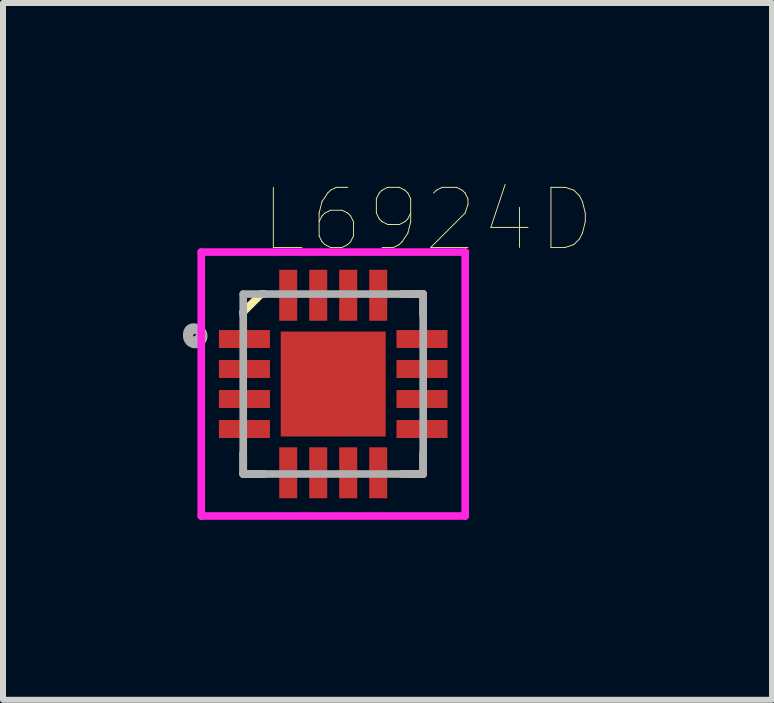
<source format=kicad_pcb>
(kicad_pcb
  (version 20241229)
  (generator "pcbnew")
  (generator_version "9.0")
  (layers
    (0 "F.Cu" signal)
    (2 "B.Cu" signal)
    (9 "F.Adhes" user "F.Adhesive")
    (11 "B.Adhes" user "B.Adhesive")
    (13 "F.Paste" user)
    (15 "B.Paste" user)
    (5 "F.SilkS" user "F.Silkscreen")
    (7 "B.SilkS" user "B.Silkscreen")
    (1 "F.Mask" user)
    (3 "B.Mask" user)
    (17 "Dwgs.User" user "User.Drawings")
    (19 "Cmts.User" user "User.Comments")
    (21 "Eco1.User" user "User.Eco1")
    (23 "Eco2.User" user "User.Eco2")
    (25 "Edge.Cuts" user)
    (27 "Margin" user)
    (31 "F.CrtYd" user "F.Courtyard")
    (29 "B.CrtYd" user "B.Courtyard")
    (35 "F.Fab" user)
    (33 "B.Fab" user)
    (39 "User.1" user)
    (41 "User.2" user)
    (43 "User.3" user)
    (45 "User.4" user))
  (footprint "L6924D"
    (layer "F.Cu")
    (at 2.505 3.352)
    (property "Reference" "L6924D" (at 1.578 -2.74 0) (layer "F.SilkS") (effects (font (size 1.002 1.002) (thickness 0.015))))
    (attr through_hole)
    (fp_line (start -1.5 -1.2) (end -1.2 -1.5) (stroke (width 0.127) (type solid)) (layer "F.SilkS"))
    (fp_line (start -1.5 -1.15) (end -1.5 -1.2) (stroke (width 0.127) (type solid)) (layer "F.SilkS"))
    (fp_line (start -1.5 1.15) (end -1.5 1.5) (stroke (width 0.127) (type solid)) (layer "F.SilkS"))
    (fp_line (start -1.5 1.5) (end -1.15 1.5) (stroke (width 0.127) (type solid)) (layer "F.SilkS"))
    (fp_line (start -1.2 -1.5) (end -1.15 -1.5) (stroke (width 0.127) (type solid)) (layer "F.SilkS"))
    (fp_line (start 1.15 -1.5) (end 1.5 -1.5) (stroke (width 0.127) (type solid)) (layer "F.SilkS"))
    (fp_line (start 1.5 -1.5) (end 1.5 -1.15) (stroke (width 0.127) (type solid)) (layer "F.SilkS"))
    (fp_line (start 1.5 1.15) (end 1.5 1.5) (stroke (width 0.127) (type solid)) (layer "F.SilkS"))
    (fp_line (start 1.5 1.5) (end 1.15 1.5) (stroke (width 0.127) (type solid)) (layer "F.SilkS"))
    (fp_line (start -2.2 -2.2) (end -2.2 2.2) (stroke (width 0.127) (type solid)) (layer "F.CrtYd"))
    (fp_line (start -2.2 2.2) (end 2.2 2.2) (stroke (width 0.127) (type solid)) (layer "F.CrtYd"))
    (fp_line (start 2.2 -2.2) (end -2.2 -2.2) (stroke (width 0.127) (type solid)) (layer "F.CrtYd"))
    (fp_line (start 2.2 2.2) (end 2.2 -2.2) (stroke (width 0.127) (type solid)) (layer "F.CrtYd"))
    (fp_line (start -1.5 -1.5) (end 1.5 -1.5) (stroke (width 0.127) (type solid)) (layer "F.Fab"))
    (fp_line (start -1.5 1.5) (end -1.5 -1.5) (stroke (width 0.127) (type solid)) (layer "F.Fab"))
    (fp_line (start 1.5 -1.48) (end 1.5 1.5) (stroke (width 0.127) (type solid)) (layer "F.Fab"))
    (fp_line (start 1.5 1.5) (end -1.5 1.5) (stroke (width 0.127) (type solid)) (layer "F.Fab"))
    (fp_circle (center -2.33 -0.84) (end -2.285 -0.84) (stroke (width 0.127) (type solid)) (fill no) (layer "F.Fab"))
    (fp_circle (center -2.3 -0.8) (end -2.2 -0.8) (stroke (width 0.127) (type solid)) (fill no) (layer "F.Fab"))
    (fp_circle (center -2.3 -0.8) (end -2.159 -0.8) (stroke (width 0.127) (type solid)) (fill no) (layer "F.Fab"))
    (pad "1" smd rect (at -1.48 -0.75) (size 0.85 0.3) (layers "F.Cu" "F.Mask" "F.Paste"))
    (pad "2" smd rect (at -1.48 -0.25) (size 0.85 0.3) (layers "F.Cu" "F.Mask" "F.Paste"))
    (pad "3" smd rect (at -1.48 0.25) (size 0.85 0.3) (layers "F.Cu" "F.Mask" "F.Paste"))
    (pad "4" smd rect (at -1.48 0.75) (size 0.85 0.3) (layers "F.Cu" "F.Mask" "F.Paste"))
    (pad "5" smd rect (at -0.75 1.48) (size 0.3 0.85) (layers "F.Cu" "F.Mask" "F.Paste"))
    (pad "6" smd rect (at -0.25 1.48) (size 0.3 0.85) (layers "F.Cu" "F.Mask" "F.Paste"))
    (pad "7" smd rect (at 0.25 1.48) (size 0.3 0.85) (layers "F.Cu" "F.Mask" "F.Paste"))
    (pad "8" smd rect (at 0.75 1.48) (size 0.3 0.85) (layers "F.Cu" "F.Mask" "F.Paste"))
    (pad "9" smd rect (at 1.48 0.75) (size 0.85 0.3) (layers "F.Cu" "F.Mask" "F.Paste"))
    (pad "10" smd rect (at 1.48 0.25) (size 0.85 0.3) (layers "F.Cu" "F.Mask" "F.Paste"))
    (pad "11" smd rect (at 1.48 -0.25) (size 0.85 0.3) (layers "F.Cu" "F.Mask" "F.Paste"))
    (pad "12" smd rect (at 1.48 -0.75) (size 0.85 0.3) (layers "F.Cu" "F.Mask" "F.Paste"))
    (pad "13" smd rect (at 0.75 -1.48) (size 0.3 0.85) (layers "F.Cu" "F.Mask" "F.Paste"))
    (pad "14" smd rect (at 0.25 -1.48) (size 0.3 0.85) (layers "F.Cu" "F.Mask" "F.Paste"))
    (pad "15" smd rect (at -0.25 -1.48) (size 0.3 0.85) (layers "F.Cu" "F.Mask" "F.Paste"))
    (pad "16" smd rect (at -0.75 -1.48) (size 0.3 0.85) (layers "F.Cu" "F.Mask" "F.Paste"))
    (pad "17" smd rect (at 0 0) (size 1.75 1.75) (layers "F.Cu" "F.Mask" "F.Paste")))
  (gr_rect
    (start -3 -3)
    (end 9.82 8.616)
    (stroke (width 0.1) (type default))
    (fill no)
    (layer "Edge.Cuts")))
</source>
